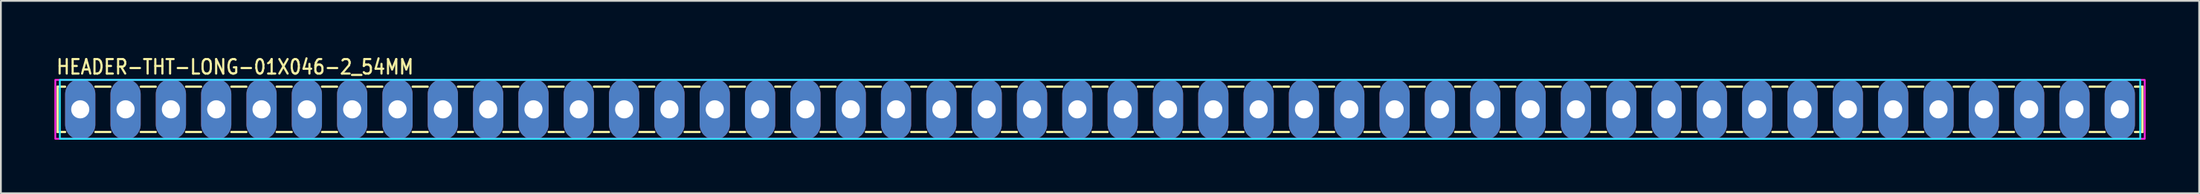
<source format=kicad_pcb>
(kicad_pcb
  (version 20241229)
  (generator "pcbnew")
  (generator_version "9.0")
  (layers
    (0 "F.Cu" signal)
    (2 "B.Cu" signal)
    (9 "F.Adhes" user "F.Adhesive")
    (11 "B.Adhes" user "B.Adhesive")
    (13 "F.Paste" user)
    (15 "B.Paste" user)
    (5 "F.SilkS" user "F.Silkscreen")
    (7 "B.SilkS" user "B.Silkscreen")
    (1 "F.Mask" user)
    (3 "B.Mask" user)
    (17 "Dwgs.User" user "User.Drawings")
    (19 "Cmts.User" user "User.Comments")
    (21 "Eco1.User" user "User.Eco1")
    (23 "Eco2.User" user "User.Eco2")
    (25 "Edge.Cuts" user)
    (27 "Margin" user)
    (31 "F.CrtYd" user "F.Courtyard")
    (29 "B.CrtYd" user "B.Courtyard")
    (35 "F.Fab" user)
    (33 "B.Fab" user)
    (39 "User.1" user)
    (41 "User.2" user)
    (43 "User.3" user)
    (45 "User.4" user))
  (footprint "HEADER-THT-LONG-01X046-2_54MM"
    (layer "F.Cu")
    (at 1.447 3.079)
    (property "Reference" "HEADER-THT-LONG-01X046-2_54MM" (at -1.4 -1.9 0) (unlocked yes) (layer "F.SilkS") (effects (font (size 0.813 0.695) (thickness 0.122)) (justify left bottom)))
    (fp_line (start -1.27 -1.27) (end -1.27 1.27) (stroke (width 0.127) (type solid)) (layer "F.SilkS"))
    (fp_line (start -1.27 1.27) (end -0.85 1.27) (stroke (width 0.127) (type solid)) (layer "F.SilkS"))
    (fp_line (start -0.85 -1.27) (end -1.27 -1.27) (stroke (width 0.127) (type solid)) (layer "F.SilkS"))
    (fp_line (start 0.85 -1.27) (end 1.69 -1.27) (stroke (width 0.127) (type solid)) (layer "F.SilkS"))
    (fp_line (start 0.85 1.27) (end 1.69 1.27) (stroke (width 0.127) (type solid)) (layer "F.SilkS"))
    (fp_line (start 3.39 -1.27) (end 4.23 -1.27) (stroke (width 0.127) (type solid)) (layer "F.SilkS"))
    (fp_line (start 3.39 1.27) (end 4.23 1.27) (stroke (width 0.127) (type solid)) (layer "F.SilkS"))
    (fp_line (start 5.93 -1.27) (end 6.77 -1.27) (stroke (width 0.127) (type solid)) (layer "F.SilkS"))
    (fp_line (start 5.93 1.27) (end 6.77 1.27) (stroke (width 0.127) (type solid)) (layer "F.SilkS"))
    (fp_line (start 8.47 -1.27) (end 9.31 -1.27) (stroke (width 0.127) (type solid)) (layer "F.SilkS"))
    (fp_line (start 8.47 1.27) (end 9.31 1.27) (stroke (width 0.127) (type solid)) (layer "F.SilkS"))
    (fp_line (start 11.01 -1.27) (end 11.85 -1.27) (stroke (width 0.127) (type solid)) (layer "F.SilkS"))
    (fp_line (start 11.01 1.27) (end 11.85 1.27) (stroke (width 0.127) (type solid)) (layer "F.SilkS"))
    (fp_line (start 13.55 -1.27) (end 14.39 -1.27) (stroke (width 0.127) (type solid)) (layer "F.SilkS"))
    (fp_line (start 13.55 1.27) (end 14.39 1.27) (stroke (width 0.127) (type solid)) (layer "F.SilkS"))
    (fp_line (start 16.09 -1.27) (end 16.93 -1.27) (stroke (width 0.127) (type solid)) (layer "F.SilkS"))
    (fp_line (start 16.09 1.27) (end 16.93 1.27) (stroke (width 0.127) (type solid)) (layer "F.SilkS"))
    (fp_line (start 18.63 -1.27) (end 19.47 -1.27) (stroke (width 0.127) (type solid)) (layer "F.SilkS"))
    (fp_line (start 18.63 1.27) (end 19.47 1.27) (stroke (width 0.127) (type solid)) (layer "F.SilkS"))
    (fp_line (start 21.17 -1.27) (end 22.01 -1.27) (stroke (width 0.127) (type solid)) (layer "F.SilkS"))
    (fp_line (start 21.17 1.27) (end 22.01 1.27) (stroke (width 0.127) (type solid)) (layer "F.SilkS"))
    (fp_line (start 23.71 -1.27) (end 24.55 -1.27) (stroke (width 0.127) (type solid)) (layer "F.SilkS"))
    (fp_line (start 23.71 1.27) (end 24.55 1.27) (stroke (width 0.127) (type solid)) (layer "F.SilkS"))
    (fp_line (start 26.25 -1.27) (end 27.09 -1.27) (stroke (width 0.127) (type solid)) (layer "F.SilkS"))
    (fp_line (start 26.25 1.27) (end 27.09 1.27) (stroke (width 0.127) (type solid)) (layer "F.SilkS"))
    (fp_line (start 28.79 -1.27) (end 29.63 -1.27) (stroke (width 0.127) (type solid)) (layer "F.SilkS"))
    (fp_line (start 28.79 1.27) (end 29.63 1.27) (stroke (width 0.127) (type solid)) (layer "F.SilkS"))
    (fp_line (start 31.33 -1.27) (end 32.17 -1.27) (stroke (width 0.127) (type solid)) (layer "F.SilkS"))
    (fp_line (start 31.33 1.27) (end 32.17 1.27) (stroke (width 0.127) (type solid)) (layer "F.SilkS"))
    (fp_line (start 33.87 -1.27) (end 34.71 -1.27) (stroke (width 0.127) (type solid)) (layer "F.SilkS"))
    (fp_line (start 33.87 1.27) (end 34.71 1.27) (stroke (width 0.127) (type solid)) (layer "F.SilkS"))
    (fp_line (start 36.41 -1.27) (end 37.25 -1.27) (stroke (width 0.127) (type solid)) (layer "F.SilkS"))
    (fp_line (start 36.41 1.27) (end 37.25 1.27) (stroke (width 0.127) (type solid)) (layer "F.SilkS"))
    (fp_line (start 38.95 -1.27) (end 39.79 -1.27) (stroke (width 0.127) (type solid)) (layer "F.SilkS"))
    (fp_line (start 38.95 1.27) (end 39.79 1.27) (stroke (width 0.127) (type solid)) (layer "F.SilkS"))
    (fp_line (start 41.49 -1.27) (end 42.33 -1.27) (stroke (width 0.127) (type solid)) (layer "F.SilkS"))
    (fp_line (start 41.49 1.27) (end 42.33 1.27) (stroke (width 0.127) (type solid)) (layer "F.SilkS"))
    (fp_line (start 44.03 -1.27) (end 44.87 -1.27) (stroke (width 0.127) (type solid)) (layer "F.SilkS"))
    (fp_line (start 44.03 1.27) (end 44.87 1.27) (stroke (width 0.127) (type solid)) (layer "F.SilkS"))
    (fp_line (start 46.57 -1.27) (end 47.41 -1.27) (stroke (width 0.127) (type solid)) (layer "F.SilkS"))
    (fp_line (start 46.57 1.27) (end 47.41 1.27) (stroke (width 0.127) (type solid)) (layer "F.SilkS"))
    (fp_line (start 49.11 -1.27) (end 49.95 -1.27) (stroke (width 0.127) (type solid)) (layer "F.SilkS"))
    (fp_line (start 49.11 1.27) (end 49.95 1.27) (stroke (width 0.127) (type solid)) (layer "F.SilkS"))
    (fp_line (start 51.65 -1.27) (end 52.49 -1.27) (stroke (width 0.127) (type solid)) (layer "F.SilkS"))
    (fp_line (start 51.65 1.27) (end 52.49 1.27) (stroke (width 0.127) (type solid)) (layer "F.SilkS"))
    (fp_line (start 54.19 -1.27) (end 55.03 -1.27) (stroke (width 0.127) (type solid)) (layer "F.SilkS"))
    (fp_line (start 54.19 1.27) (end 55.03 1.27) (stroke (width 0.127) (type solid)) (layer "F.SilkS"))
    (fp_line (start 56.73 -1.27) (end 57.57 -1.27) (stroke (width 0.127) (type solid)) (layer "F.SilkS"))
    (fp_line (start 56.73 1.27) (end 57.57 1.27) (stroke (width 0.127) (type solid)) (layer "F.SilkS"))
    (fp_line (start 59.27 -1.27) (end 60.11 -1.27) (stroke (width 0.127) (type solid)) (layer "F.SilkS"))
    (fp_line (start 59.27 1.27) (end 60.11 1.27) (stroke (width 0.127) (type solid)) (layer "F.SilkS"))
    (fp_line (start 61.81 -1.27) (end 62.65 -1.27) (stroke (width 0.127) (type solid)) (layer "F.SilkS"))
    (fp_line (start 61.81 1.27) (end 62.65 1.27) (stroke (width 0.127) (type solid)) (layer "F.SilkS"))
    (fp_line (start 64.35 -1.27) (end 65.19 -1.27) (stroke (width 0.127) (type solid)) (layer "F.SilkS"))
    (fp_line (start 64.35 1.27) (end 65.19 1.27) (stroke (width 0.127) (type solid)) (layer "F.SilkS"))
    (fp_line (start 66.89 -1.27) (end 67.73 -1.27) (stroke (width 0.127) (type solid)) (layer "F.SilkS"))
    (fp_line (start 66.89 1.27) (end 67.73 1.27) (stroke (width 0.127) (type solid)) (layer "F.SilkS"))
    (fp_line (start 69.43 -1.27) (end 70.27 -1.27) (stroke (width 0.127) (type solid)) (layer "F.SilkS"))
    (fp_line (start 69.43 1.27) (end 70.27 1.27) (stroke (width 0.127) (type solid)) (layer "F.SilkS"))
    (fp_line (start 71.97 -1.27) (end 72.81 -1.27) (stroke (width 0.127) (type solid)) (layer "F.SilkS"))
    (fp_line (start 71.97 1.27) (end 72.81 1.27) (stroke (width 0.127) (type solid)) (layer "F.SilkS"))
    (fp_line (start 74.51 -1.27) (end 75.35 -1.27) (stroke (width 0.127) (type solid)) (layer "F.SilkS"))
    (fp_line (start 74.51 1.27) (end 75.35 1.27) (stroke (width 0.127) (type solid)) (layer "F.SilkS"))
    (fp_line (start 77.05 -1.27) (end 77.89 -1.27) (stroke (width 0.127) (type solid)) (layer "F.SilkS"))
    (fp_line (start 77.05 1.27) (end 77.89 1.27) (stroke (width 0.127) (type solid)) (layer "F.SilkS"))
    (fp_line (start 79.59 -1.27) (end 80.43 -1.27) (stroke (width 0.127) (type solid)) (layer "F.SilkS"))
    (fp_line (start 79.59 1.27) (end 80.43 1.27) (stroke (width 0.127) (type solid)) (layer "F.SilkS"))
    (fp_line (start 82.13 -1.27) (end 82.97 -1.27) (stroke (width 0.127) (type solid)) (layer "F.SilkS"))
    (fp_line (start 82.13 1.27) (end 82.97 1.27) (stroke (width 0.127) (type solid)) (layer "F.SilkS"))
    (fp_line (start 84.67 -1.27) (end 85.51 -1.27) (stroke (width 0.127) (type solid)) (layer "F.SilkS"))
    (fp_line (start 84.67 1.27) (end 85.51 1.27) (stroke (width 0.127) (type solid)) (layer "F.SilkS"))
    (fp_line (start 87.21 -1.27) (end 88.05 -1.27) (stroke (width 0.127) (type solid)) (layer "F.SilkS"))
    (fp_line (start 87.21 1.27) (end 88.05 1.27) (stroke (width 0.127) (type solid)) (layer "F.SilkS"))
    (fp_line (start 89.75 -1.27) (end 90.59 -1.27) (stroke (width 0.127) (type solid)) (layer "F.SilkS"))
    (fp_line (start 89.75 1.27) (end 90.59 1.27) (stroke (width 0.127) (type solid)) (layer "F.SilkS"))
    (fp_line (start 92.29 -1.27) (end 93.13 -1.27) (stroke (width 0.127) (type solid)) (layer "F.SilkS"))
    (fp_line (start 92.29 1.27) (end 93.13 1.27) (stroke (width 0.127) (type solid)) (layer "F.SilkS"))
    (fp_line (start 94.83 -1.27) (end 95.67 -1.27) (stroke (width 0.127) (type solid)) (layer "F.SilkS"))
    (fp_line (start 94.83 1.27) (end 95.67 1.27) (stroke (width 0.127) (type solid)) (layer "F.SilkS"))
    (fp_line (start 97.37 -1.27) (end 98.21 -1.27) (stroke (width 0.127) (type solid)) (layer "F.SilkS"))
    (fp_line (start 97.37 1.27) (end 98.21 1.27) (stroke (width 0.127) (type solid)) (layer "F.SilkS"))
    (fp_line (start 99.91 -1.27) (end 100.75 -1.27) (stroke (width 0.127) (type solid)) (layer "F.SilkS"))
    (fp_line (start 99.91 1.27) (end 100.75 1.27) (stroke (width 0.127) (type solid)) (layer "F.SilkS"))
    (fp_line (start 102.45 -1.27) (end 103.29 -1.27) (stroke (width 0.127) (type solid)) (layer "F.SilkS"))
    (fp_line (start 102.45 1.27) (end 103.29 1.27) (stroke (width 0.127) (type solid)) (layer "F.SilkS"))
    (fp_line (start 104.99 -1.27) (end 105.83 -1.27) (stroke (width 0.127) (type solid)) (layer "F.SilkS"))
    (fp_line (start 104.99 1.27) (end 105.83 1.27) (stroke (width 0.127) (type solid)) (layer "F.SilkS"))
    (fp_line (start 107.53 -1.27) (end 108.37 -1.27) (stroke (width 0.127) (type solid)) (layer "F.SilkS"))
    (fp_line (start 107.53 1.27) (end 108.37 1.27) (stroke (width 0.127) (type solid)) (layer "F.SilkS"))
    (fp_line (start 110.07 -1.27) (end 110.91 -1.27) (stroke (width 0.127) (type solid)) (layer "F.SilkS"))
    (fp_line (start 110.07 1.27) (end 110.91 1.27) (stroke (width 0.127) (type solid)) (layer "F.SilkS"))
    (fp_line (start 112.61 -1.27) (end 113.45 -1.27) (stroke (width 0.127) (type solid)) (layer "F.SilkS"))
    (fp_line (start 112.61 1.27) (end 113.45 1.27) (stroke (width 0.127) (type solid)) (layer "F.SilkS"))
    (fp_line (start 115.15 -1.27) (end 115.57 -1.27) (stroke (width 0.127) (type solid)) (layer "F.SilkS"))
    (fp_line (start 115.57 -1.27) (end 115.57 1.27) (stroke (width 0.127) (type solid)) (layer "F.SilkS"))
    (fp_line (start 115.57 1.27) (end 115.15 1.27) (stroke (width 0.127) (type solid)) (layer "F.SilkS"))
    (fp_poly (pts (xy -1.143 -1.651) (xy 115.443 -1.651) (xy 115.443 1.651) (xy -1.143 1.651)) (stroke (width 0.1) (type solid)) (fill no) (layer "B.CrtYd"))
    (fp_poly (pts (xy -1.397 -1.651) (xy 115.697 -1.651) (xy 115.697 1.651) (xy -1.397 1.651)) (stroke (width 0.1) (type solid)) (fill no) (layer "F.CrtYd"))
    (pad "1" thru_hole oval (at 0 0 90) (size 3.387 1.693) (drill 1.016) (layers "*.Cu" "*.Mask"))
    (pad "2" thru_hole oval (at 2.54 0 90) (size 3.387 1.693) (drill 1.016) (layers "*.Cu" "*.Mask"))
    (pad "3" thru_hole oval (at 5.08 0 90) (size 3.387 1.693) (drill 1.016) (layers "*.Cu" "*.Mask"))
    (pad "4" thru_hole oval (at 7.62 0 90) (size 3.387 1.693) (drill 1.016) (layers "*.Cu" "*.Mask"))
    (pad "5" thru_hole oval (at 10.16 0 90) (size 3.387 1.693) (drill 1.016) (layers "*.Cu" "*.Mask"))
    (pad "6" thru_hole oval (at 12.7 0 90) (size 3.387 1.693) (drill 1.016) (layers "*.Cu" "*.Mask"))
    (pad "7" thru_hole oval (at 15.24 0 90) (size 3.387 1.693) (drill 1.016) (layers "*.Cu" "*.Mask"))
    (pad "8" thru_hole oval (at 17.78 0 90) (size 3.387 1.693) (drill 1.016) (layers "*.Cu" "*.Mask"))
    (pad "9" thru_hole oval (at 20.32 0 90) (size 3.387 1.693) (drill 1.016) (layers "*.Cu" "*.Mask"))
    (pad "10" thru_hole oval (at 22.86 0 90) (size 3.387 1.693) (drill 1.016) (layers "*.Cu" "*.Mask"))
    (pad "11" thru_hole oval (at 25.4 0 90) (size 3.387 1.693) (drill 1.016) (layers "*.Cu" "*.Mask"))
    (pad "12" thru_hole oval (at 27.94 0 90) (size 3.387 1.693) (drill 1.016) (layers "*.Cu" "*.Mask"))
    (pad "13" thru_hole oval (at 30.48 0 90) (size 3.387 1.693) (drill 1.016) (layers "*.Cu" "*.Mask"))
    (pad "14" thru_hole oval (at 33.02 0 90) (size 3.387 1.693) (drill 1.016) (layers "*.Cu" "*.Mask"))
    (pad "15" thru_hole oval (at 35.56 0 90) (size 3.387 1.693) (drill 1.016) (layers "*.Cu" "*.Mask"))
    (pad "16" thru_hole oval (at 38.1 0 90) (size 3.387 1.693) (drill 1.016) (layers "*.Cu" "*.Mask"))
    (pad "17" thru_hole oval (at 40.64 0 90) (size 3.387 1.693) (drill 1.016) (layers "*.Cu" "*.Mask"))
    (pad "18" thru_hole oval (at 43.18 0 90) (size 3.387 1.693) (drill 1.016) (layers "*.Cu" "*.Mask"))
    (pad "19" thru_hole oval (at 45.72 0 90) (size 3.387 1.693) (drill 1.016) (layers "*.Cu" "*.Mask"))
    (pad "20" thru_hole oval (at 48.26 0 90) (size 3.387 1.693) (drill 1.016) (layers "*.Cu" "*.Mask"))
    (pad "21" thru_hole oval (at 50.8 0 90) (size 3.387 1.693) (drill 1.016) (layers "*.Cu" "*.Mask"))
    (pad "22" thru_hole oval (at 53.34 0 90) (size 3.387 1.693) (drill 1.016) (layers "*.Cu" "*.Mask"))
    (pad "23" thru_hole oval (at 55.88 0 90) (size 3.387 1.693) (drill 1.016) (layers "*.Cu" "*.Mask"))
    (pad "24" thru_hole oval (at 58.42 0 90) (size 3.387 1.693) (drill 1.016) (layers "*.Cu" "*.Mask"))
    (pad "25" thru_hole oval (at 60.96 0 90) (size 3.387 1.693) (drill 1.016) (layers "*.Cu" "*.Mask"))
    (pad "26" thru_hole oval (at 63.5 0 90) (size 3.387 1.693) (drill 1.016) (layers "*.Cu" "*.Mask"))
    (pad "27" thru_hole oval (at 66.04 0 90) (size 3.387 1.693) (drill 1.016) (layers "*.Cu" "*.Mask"))
    (pad "28" thru_hole oval (at 68.58 0 90) (size 3.387 1.693) (drill 1.016) (layers "*.Cu" "*.Mask"))
    (pad "29" thru_hole oval (at 71.12 0 90) (size 3.387 1.693) (drill 1.016) (layers "*.Cu" "*.Mask"))
    (pad "30" thru_hole oval (at 73.66 0 90) (size 3.387 1.693) (drill 1.016) (layers "*.Cu" "*.Mask"))
    (pad "31" thru_hole oval (at 76.2 0 90) (size 3.387 1.693) (drill 1.016) (layers "*.Cu" "*.Mask"))
    (pad "32" thru_hole oval (at 78.74 0 90) (size 3.387 1.693) (drill 1.016) (layers "*.Cu" "*.Mask"))
    (pad "33" thru_hole oval (at 81.28 0 90) (size 3.387 1.693) (drill 1.016) (layers "*.Cu" "*.Mask"))
    (pad "34" thru_hole oval (at 83.82 0 90) (size 3.387 1.693) (drill 1.016) (layers "*.Cu" "*.Mask"))
    (pad "35" thru_hole oval (at 86.36 0 90) (size 3.387 1.693) (drill 1.016) (layers "*.Cu" "*.Mask"))
    (pad "36" thru_hole oval (at 88.9 0 90) (size 3.387 1.693) (drill 1.016) (layers "*.Cu" "*.Mask"))
    (pad "37" thru_hole oval (at 91.44 0 90) (size 3.387 1.693) (drill 1.016) (layers "*.Cu" "*.Mask"))
    (pad "38" thru_hole oval (at 93.98 0 90) (size 3.387 1.693) (drill 1.016) (layers "*.Cu" "*.Mask"))
    (pad "39" thru_hole oval (at 96.52 0 90) (size 3.387 1.693) (drill 1.016) (layers "*.Cu" "*.Mask"))
    (pad "40" thru_hole oval (at 99.06 0 90) (size 3.387 1.693) (drill 1.016) (layers "*.Cu" "*.Mask"))
    (pad "41" thru_hole oval (at 101.6 0 90) (size 3.387 1.693) (drill 1.016) (layers "*.Cu" "*.Mask"))
    (pad "42" thru_hole oval (at 104.14 0 90) (size 3.387 1.693) (drill 1.016) (layers "*.Cu" "*.Mask"))
    (pad "43" thru_hole oval (at 106.68 0 90) (size 3.387 1.693) (drill 1.016) (layers "*.Cu" "*.Mask"))
    (pad "44" thru_hole oval (at 109.22 0 90) (size 3.387 1.693) (drill 1.016) (layers "*.Cu" "*.Mask"))
    (pad "45" thru_hole oval (at 111.76 0 90) (size 3.387 1.693) (drill 1.016) (layers "*.Cu" "*.Mask"))
    (pad "46" thru_hole oval (at 114.3 0 90) (size 3.387 1.693) (drill 1.016) (layers "*.Cu" "*.Mask")))
  (gr_rect
    (start -3 -3)
    (end 120.194 7.78)
    (stroke (width 0.1) (type default))
    (fill no)
    (layer "Edge.Cuts")))
</source>
